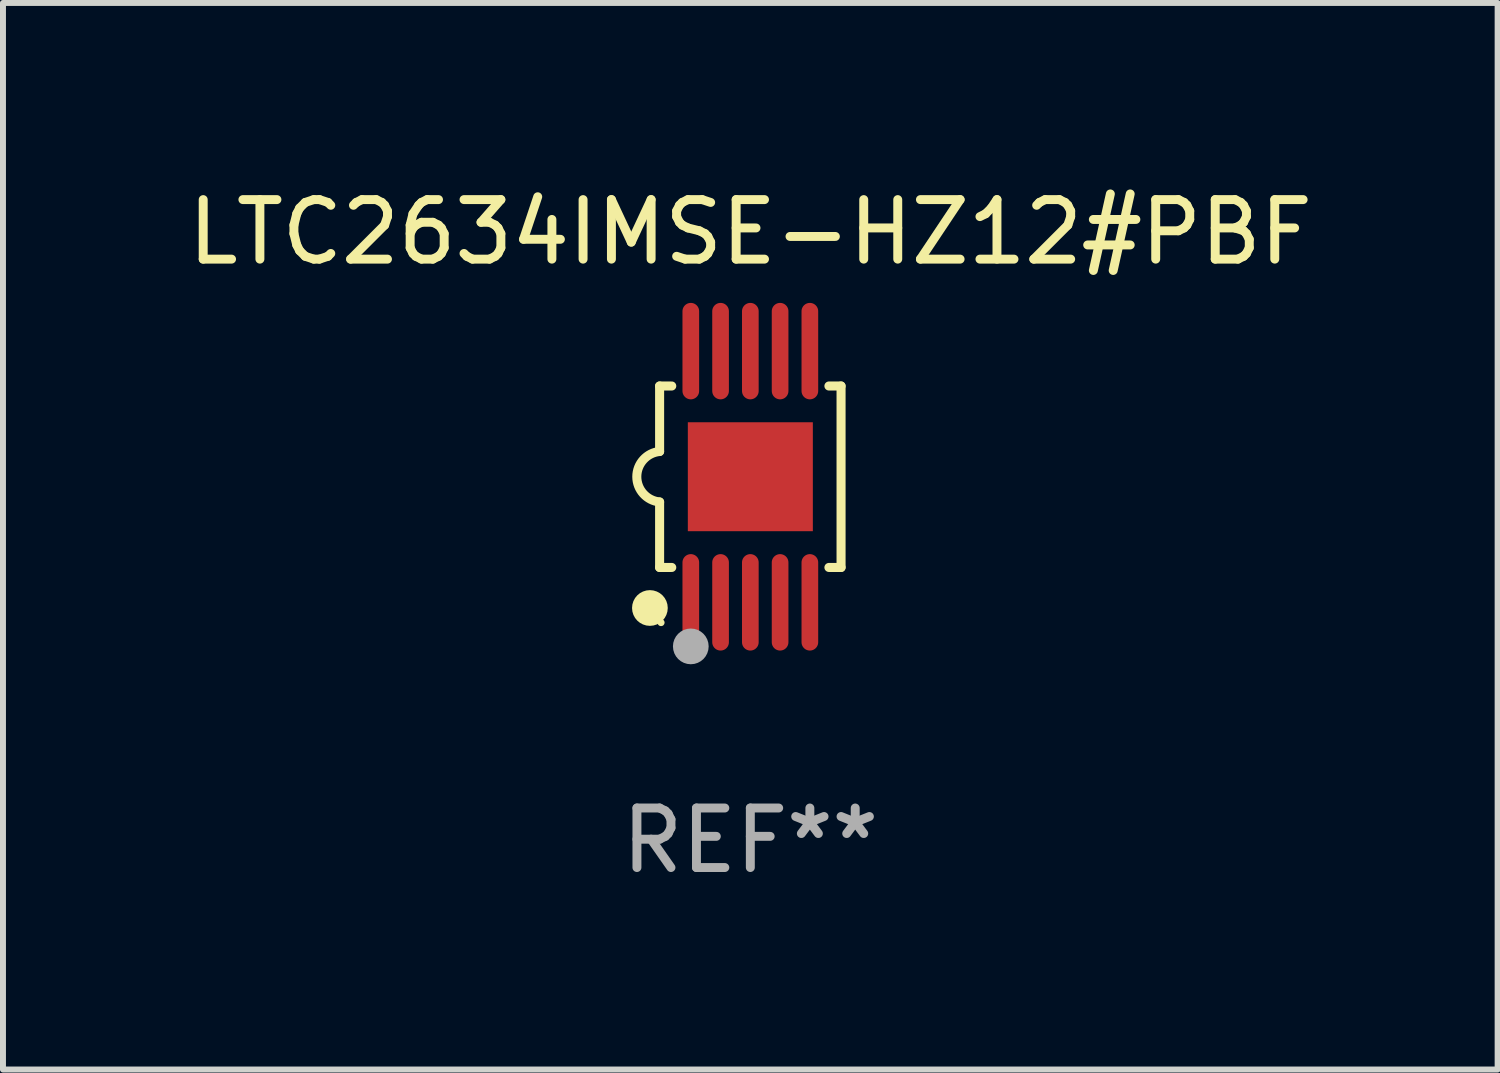
<source format=kicad_pcb>
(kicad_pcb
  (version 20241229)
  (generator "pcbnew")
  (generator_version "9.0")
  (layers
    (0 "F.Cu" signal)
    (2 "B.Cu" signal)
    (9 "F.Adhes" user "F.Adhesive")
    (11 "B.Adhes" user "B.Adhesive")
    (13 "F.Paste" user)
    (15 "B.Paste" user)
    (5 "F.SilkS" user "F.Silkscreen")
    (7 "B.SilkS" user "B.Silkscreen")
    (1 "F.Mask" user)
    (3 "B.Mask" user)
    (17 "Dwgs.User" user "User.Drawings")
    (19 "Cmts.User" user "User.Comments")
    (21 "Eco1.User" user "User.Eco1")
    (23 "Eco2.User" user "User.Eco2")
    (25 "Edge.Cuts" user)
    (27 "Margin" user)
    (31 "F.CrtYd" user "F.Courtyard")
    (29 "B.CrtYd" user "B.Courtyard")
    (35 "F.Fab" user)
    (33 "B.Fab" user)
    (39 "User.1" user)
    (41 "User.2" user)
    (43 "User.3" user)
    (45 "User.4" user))
  (footprint "LTC2634IMSE-HZ12#PBF"
    (layer "F.Cu")
    (at 9.554 4.958)
    (property "Reference" "LTC2634IMSE-HZ12#PBF" (at 0 -4.11 0) (layer "F.SilkS") (effects (font (size 1 1) (thickness 0.15))))
    (attr through_hole)
    (fp_line (start -1.524 -1.524) (end -1.524 -0.424) (stroke (width 0.152) (type solid)) (layer "F.SilkS"))
    (fp_line (start -1.524 1.524) (end -1.524 0.424) (stroke (width 0.152) (type solid)) (layer "F.SilkS"))
    (fp_line (start -1.524 1.524) (end -1.32 1.524) (stroke (width 0.152) (type solid)) (layer "F.SilkS"))
    (fp_line (start -1.32 -1.524) (end -1.524 -1.524) (stroke (width 0.152) (type solid)) (layer "F.SilkS"))
    (fp_line (start 1.32 1.524) (end 1.524 1.524) (stroke (width 0.152) (type solid)) (layer "F.SilkS"))
    (fp_line (start 1.524 -1.524) (end 1.32 -1.524) (stroke (width 0.152) (type solid)) (layer "F.SilkS"))
    (fp_line (start 1.524 1.524) (end 1.524 -1.524) (stroke (width 0.152) (type solid)) (layer "F.SilkS"))
    (fp_arc (start -1.524003 0.424003) (mid -1.906663 -0.000089) (end -1.524004 -0.424181) (stroke (width 0.151994) (type solid)) (layer "F.SilkS"))
    (fp_circle (center -1.687 2.205) (end -1.537 2.205) (stroke (width 0.3) (type solid)) (fill no) (layer "F.SilkS"))
    (fp_circle (center -1.5 2.45) (end -1.47 2.45) (stroke (width 0.06) (type solid)) (fill no) (layer "F.SilkS"))
    (fp_circle (center -1 2.85) (end -0.85 2.85) (stroke (width 0.3) (type solid)) (fill no) (layer "F.Fab"))
    (fp_text user "REF**" (at 0 6.11 0) (layer "F.Fab") (effects (font (size 1 1) (thickness 0.15))))
    (pad "1" smd oval (at -1 2.11) (size 0.28 1.62) (layers "F.Cu" "F.Mask" "F.Paste"))
    (pad "2" smd oval (at -0.5 2.11) (size 0.28 1.62) (layers "F.Cu" "F.Mask" "F.Paste"))
    (pad "3" smd oval (at 0 2.11) (size 0.28 1.62) (layers "F.Cu" "F.Mask" "F.Paste"))
    (pad "4" smd oval (at 0.5 2.11) (size 0.28 1.62) (layers "F.Cu" "F.Mask" "F.Paste"))
    (pad "5" smd oval (at 1 2.11) (size 0.28 1.62) (layers "F.Cu" "F.Mask" "F.Paste"))
    (pad "6" smd oval (at 1 -2.11) (size 0.28 1.62) (layers "F.Cu" "F.Mask" "F.Paste"))
    (pad "7" smd oval (at 0.5 -2.11) (size 0.28 1.62) (layers "F.Cu" "F.Mask" "F.Paste"))
    (pad "8" smd oval (at 0 -2.11) (size 0.28 1.62) (layers "F.Cu" "F.Mask" "F.Paste"))
    (pad "9" smd oval (at -0.5 -2.11) (size 0.28 1.62) (layers "F.Cu" "F.Mask" "F.Paste"))
    (pad "10" smd oval (at -1 -2.11) (size 0.28 1.62) (layers "F.Cu" "F.Mask" "F.Paste"))
    (pad "11" smd rect (at 0 0) (size 2.1 1.83) (layers "F.Cu" "F.Mask" "F.Paste")))
  (gr_rect
    (start -3 -3)
    (end 22.107 14.916)
    (stroke (width 0.1) (type default))
    (fill no)
    (layer "Edge.Cuts")))
</source>
